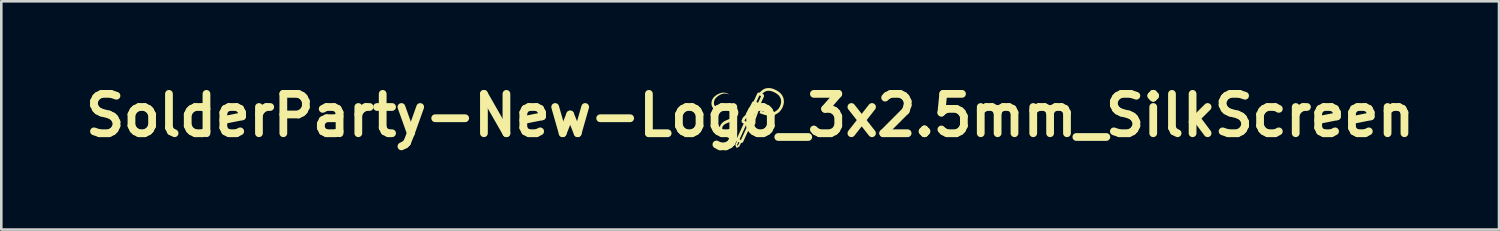
<source format=kicad_pcb>
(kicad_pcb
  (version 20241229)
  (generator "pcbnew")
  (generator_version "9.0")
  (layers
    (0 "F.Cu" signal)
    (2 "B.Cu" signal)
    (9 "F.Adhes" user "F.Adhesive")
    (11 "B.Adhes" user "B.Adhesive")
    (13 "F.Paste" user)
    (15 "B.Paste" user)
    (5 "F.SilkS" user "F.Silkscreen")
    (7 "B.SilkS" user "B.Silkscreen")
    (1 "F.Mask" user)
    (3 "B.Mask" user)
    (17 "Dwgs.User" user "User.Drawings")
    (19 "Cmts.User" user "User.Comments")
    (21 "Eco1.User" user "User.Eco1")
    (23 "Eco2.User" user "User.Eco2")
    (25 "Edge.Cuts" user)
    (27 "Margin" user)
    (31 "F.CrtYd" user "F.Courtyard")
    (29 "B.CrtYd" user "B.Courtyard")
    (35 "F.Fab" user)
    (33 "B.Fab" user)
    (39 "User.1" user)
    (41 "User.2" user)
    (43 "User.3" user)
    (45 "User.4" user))
  (footprint "SolderParty-New-Logo_3x2.5mm_SilkScreen"
    (layer "F.Cu")
    (at 25.988 1.418)
    (property "Reference" "SolderParty-New-Logo_3x2.5mm_SilkScreen" (at 0 0 0) (layer "F.SilkS") (effects (font (size 1.524 1.524) (thickness 0.3))))
    (attr through_hole)
    (fp_poly (pts (xy -0.996 -0.881) (xy -0.953 -0.875) (xy -0.912 -0.864) (xy -0.872 -0.847) (xy -0.832 -0.824) (xy -0.83 -0.823) (xy -0.819 -0.816) (xy -0.812 -0.811) (xy -0.811 -0.808) (xy -0.814 -0.809) (xy -0.821 -0.812) (xy -0.84 -0.82) (xy -0.856 -0.826) (xy -0.869 -0.831) (xy -0.881 -0.835) (xy -0.89 -0.837) (xy -0.935 -0.846) (xy -0.98 -0.849) (xy -1.022 -0.846) (xy -1.034 -0.844) (xy -1.079 -0.834) (xy -1.125 -0.818) (xy -1.17 -0.796) (xy -1.216 -0.769) (xy -1.261 -0.736) (xy -1.3 -0.704) (xy -1.33 -0.673) (xy -1.356 -0.64) (xy -1.376 -0.604) (xy -1.39 -0.565) (xy -1.4 -0.522) (xy -1.4 -0.521) (xy -1.403 -0.484) (xy -1.401 -0.449) (xy -1.394 -0.418) (xy -1.382 -0.39) (xy -1.365 -0.365) (xy -1.344 -0.343) (xy -1.319 -0.325) (xy -1.289 -0.311) (xy -1.256 -0.301) (xy -1.219 -0.295) (xy -1.178 -0.292) (xy -1.141 -0.294) (xy -1.123 -0.296) (xy -1.105 -0.298) (xy -1.087 -0.301) (xy -1.067 -0.305) (xy -1.045 -0.31) (xy -1.019 -0.316) (xy -0.989 -0.323) (xy -0.972 -0.328) (xy -0.939 -0.336) (xy -0.911 -0.343) (xy -0.886 -0.348) (xy -0.864 -0.352) (xy -0.843 -0.355) (xy -0.822 -0.357) (xy -0.801 -0.358) (xy -0.778 -0.358) (xy -0.771 -0.358) (xy -0.75 -0.358) (xy -0.733 -0.358) (xy -0.72 -0.357) (xy -0.709 -0.356) (xy -0.698 -0.354) (xy -0.687 -0.352) (xy -0.679 -0.35) (xy -0.637 -0.338) (xy -0.599 -0.322) (xy -0.565 -0.303) (xy -0.535 -0.28) (xy -0.51 -0.255) (xy -0.489 -0.227) (xy -0.473 -0.196) (xy -0.467 -0.177) (xy -0.459 -0.141) (xy -0.458 -0.104) (xy -0.462 -0.067) (xy -0.471 -0.031) (xy -0.486 0.006) (xy -0.506 0.041) (xy -0.531 0.076) (xy -0.562 0.11) (xy -0.596 0.142) (xy -0.636 0.173) (xy -0.68 0.202) (xy -0.69 0.208) (xy -0.729 0.228) (xy -0.772 0.249) (xy -0.821 0.269) (xy -0.848 0.279) (xy -0.886 0.294) (xy -0.92 0.308) (xy -0.949 0.322) (xy -0.974 0.337) (xy -0.996 0.352) (xy -1.016 0.368) (xy -1.029 0.381) (xy -1.051 0.406) (xy -1.067 0.433) (xy -1.077 0.462) (xy -1.082 0.492) (xy -1.081 0.524) (xy -1.073 0.557) (xy -1.061 0.591) (xy -1.056 0.601) (xy -1.038 0.632) (xy -1.018 0.66) (xy -0.994 0.687) (xy -0.966 0.713) (xy -0.932 0.739) (xy -0.912 0.753) (xy -0.88 0.775) (xy -0.852 0.795) (xy -0.828 0.813) (xy -0.805 0.832) (xy -0.784 0.85) (xy -0.763 0.871) (xy -0.744 0.89) (xy -0.713 0.924) (xy -0.687 0.958) (xy -0.665 0.993) (xy -0.648 1.026) (xy -0.636 1.058) (xy -0.629 1.088) (xy -0.629 1.09) (xy -0.628 1.099) (xy -0.629 1.104) (xy -0.63 1.104) (xy -0.631 1.1) (xy -0.633 1.095) (xy -0.635 1.087) (xy -0.636 1.085) (xy -0.645 1.063) (xy -0.658 1.039) (xy -0.675 1.014) (xy -0.696 0.988) (xy -0.72 0.962) (xy -0.73 0.952) (xy -0.764 0.921) (xy -0.802 0.892) (xy -0.843 0.863) (xy -0.89 0.835) (xy -0.93 0.813) (xy -0.947 0.803) (xy -0.965 0.794) (xy -0.981 0.784) (xy -0.995 0.776) (xy -0.999 0.774) (xy -1.017 0.761) (xy -1.037 0.744) (xy -1.057 0.726) (xy -1.077 0.706) (xy -1.095 0.686) (xy -1.106 0.672) (xy -1.119 0.653) (xy -1.133 0.63) (xy -1.145 0.606) (xy -1.155 0.583) (xy -1.163 0.562) (xy -1.164 0.558) (xy -1.168 0.539) (xy -1.171 0.517) (xy -1.172 0.493) (xy -1.172 0.47) (xy -1.171 0.45) (xy -1.169 0.439) (xy -1.158 0.401) (xy -1.141 0.364) (xy -1.118 0.329) (xy -1.09 0.297) (xy -1.057 0.267) (xy -1.052 0.262) (xy -1.034 0.249) (xy -1.017 0.238) (xy -1 0.227) (xy -0.981 0.216) (xy -0.959 0.206) (xy -0.935 0.194) (xy -0.906 0.182) (xy -0.891 0.176) (xy -0.835 0.151) (xy -0.784 0.125) (xy -0.74 0.099) (xy -0.7 0.071) (xy -0.667 0.043) (xy -0.638 0.013) (xy -0.631 0.005) (xy -0.611 -0.024) (xy -0.596 -0.052) (xy -0.587 -0.079) (xy -0.583 -0.105) (xy -0.585 -0.129) (xy -0.592 -0.152) (xy -0.605 -0.172) (xy -0.623 -0.19) (xy -0.647 -0.205) (xy -0.675 -0.218) (xy -0.701 -0.226) (xy -0.712 -0.228) (xy -0.723 -0.23) (xy -0.735 -0.231) (xy -0.748 -0.232) (xy -0.766 -0.232) (xy -0.779 -0.232) (xy -0.8 -0.232) (xy -0.818 -0.231) (xy -0.836 -0.23) (xy -0.854 -0.228) (xy -0.873 -0.224) (xy -0.895 -0.22) (xy -0.92 -0.214) (xy -0.948 -0.207) (xy -0.988 -0.198) (xy -1.023 -0.19) (xy -1.056 -0.185) (xy -1.086 -0.181) (xy -1.116 -0.178) (xy -1.147 -0.177) (xy -1.159 -0.177) (xy -1.206 -0.179) (xy -1.25 -0.185) (xy -1.29 -0.194) (xy -1.329 -0.208) (xy -1.349 -0.217) (xy -1.384 -0.238) (xy -1.414 -0.262) (xy -1.44 -0.29) (xy -1.461 -0.321) (xy -1.478 -0.357) (xy -1.487 -0.383) (xy -1.492 -0.405) (xy -1.495 -0.431) (xy -1.497 -0.459) (xy -1.497 -0.487) (xy -1.494 -0.513) (xy -1.493 -0.524) (xy -1.483 -0.567) (xy -1.468 -0.607) (xy -1.449 -0.644) (xy -1.426 -0.679) (xy -1.398 -0.712) (xy -1.364 -0.744) (xy -1.325 -0.774) (xy -1.292 -0.796) (xy -1.254 -0.818) (xy -1.214 -0.838) (xy -1.172 -0.854) (xy -1.132 -0.868) (xy -1.104 -0.875) (xy -1.092 -0.877) (xy -1.076 -0.878) (xy -1.059 -0.88) (xy -1.041 -0.881) (xy -1.041 -0.881)) (stroke (width 0) (type solid)) (fill yes) (layer "F.SilkS"))
    (fp_poly (pts (xy 0.752 -1.057) (xy 0.778 -1.055) (xy 0.8 -1.053) (xy 0.812 -1.051) (xy 0.856 -1.039) (xy 0.902 -1.024) (xy 0.95 -1.004) (xy 0.998 -0.982) (xy 1.044 -0.956) (xy 1.051 -0.952) (xy 1.101 -0.919) (xy 1.145 -0.884) (xy 1.185 -0.846) (xy 1.219 -0.805) (xy 1.247 -0.762) (xy 1.27 -0.717) (xy 1.287 -0.669) (xy 1.296 -0.634) (xy 1.3 -0.612) (xy 1.303 -0.586) (xy 1.304 -0.558) (xy 1.305 -0.53) (xy 1.304 -0.504) (xy 1.302 -0.484) (xy 1.293 -0.429) (xy 1.277 -0.374) (xy 1.257 -0.321) (xy 1.231 -0.269) (xy 1.201 -0.221) (xy 1.181 -0.194) (xy 1.165 -0.175) (xy 1.147 -0.156) (xy 1.128 -0.136) (xy 1.109 -0.119) (xy 1.092 -0.105) (xy 1.088 -0.102) (xy 1.074 -0.092) (xy 1.056 -0.081) (xy 1.036 -0.068) (xy 1.015 -0.056) (xy 0.995 -0.044) (xy 0.977 -0.034) (xy 0.962 -0.027) (xy 0.962 -0.027) (xy 0.923 -0.011) (xy 0.883 0.001) (xy 0.842 0.008) (xy 0.798 0.012) (xy 0.753 0.012) (xy 0.704 0.008) (xy 0.653 -0.001) (xy 0.598 -0.013) (xy 0.538 -0.029) (xy 0.521 -0.035) (xy 0.507 -0.039) (xy 0.491 -0.044) (xy 0.473 -0.05) (xy 0.454 -0.057) (xy 0.434 -0.064) (xy 0.416 -0.07) (xy 0.399 -0.077) (xy 0.385 -0.082) (xy 0.374 -0.086) (xy 0.367 -0.089) (xy 0.365 -0.09) (xy 0.366 -0.093) (xy 0.368 -0.101) (xy 0.371 -0.112) (xy 0.376 -0.125) (xy 0.381 -0.139) (xy 0.386 -0.153) (xy 0.391 -0.167) (xy 0.395 -0.178) (xy 0.399 -0.185) (xy 0.4 -0.188) (xy 0.403 -0.188) (xy 0.411 -0.185) (xy 0.422 -0.181) (xy 0.437 -0.176) (xy 0.454 -0.17) (xy 0.455 -0.169) (xy 0.509 -0.15) (xy 0.56 -0.134) (xy 0.608 -0.12) (xy 0.653 -0.109) (xy 0.689 -0.102) (xy 0.712 -0.098) (xy 0.738 -0.096) (xy 0.765 -0.094) (xy 0.791 -0.094) (xy 0.816 -0.096) (xy 0.838 -0.098) (xy 0.856 -0.101) (xy 0.856 -0.101) (xy 0.889 -0.112) (xy 0.923 -0.127) (xy 0.958 -0.145) (xy 0.996 -0.168) (xy 1.014 -0.181) (xy 1.048 -0.207) (xy 1.079 -0.238) (xy 1.108 -0.273) (xy 1.133 -0.312) (xy 1.155 -0.353) (xy 1.172 -0.396) (xy 1.186 -0.44) (xy 1.195 -0.485) (xy 1.199 -0.529) (xy 1.198 -0.571) (xy 1.198 -0.574) (xy 1.191 -0.617) (xy 1.179 -0.657) (xy 1.163 -0.695) (xy 1.141 -0.731) (xy 1.118 -0.762) (xy 1.095 -0.787) (xy 1.066 -0.812) (xy 1.034 -0.836) (xy 0.998 -0.86) (xy 0.959 -0.882) (xy 0.92 -0.902) (xy 0.88 -0.919) (xy 0.84 -0.933) (xy 0.801 -0.944) (xy 0.788 -0.947) (xy 0.765 -0.95) (xy 0.74 -0.952) (xy 0.713 -0.953) (xy 0.686 -0.952) (xy 0.662 -0.95) (xy 0.642 -0.946) (xy 0.641 -0.946) (xy 0.603 -0.934) (xy 0.568 -0.918) (xy 0.536 -0.898) (xy 0.505 -0.872) (xy 0.5 -0.867) (xy 0.49 -0.857) (xy 0.481 -0.849) (xy 0.476 -0.843) (xy 0.474 -0.84) (xy 0.474 -0.84) (xy 0.477 -0.838) (xy 0.484 -0.834) (xy 0.494 -0.829) (xy 0.496 -0.828) (xy 0.517 -0.818) (xy 0.53 -0.784) (xy 0.542 -0.75) (xy 0.467 -0.586) (xy 0.393 -0.422) (xy 0.397 -0.407) (xy 0.402 -0.392) (xy 0.305 -0.119) (xy 0.207 0.153) (xy 0.206 0.226) (xy 0.205 0.299) (xy 0.176 0.363) (xy 0.167 0.381) (xy 0.159 0.398) (xy 0.153 0.412) (xy 0.148 0.423) (xy 0.144 0.429) (xy 0.143 0.431) (xy 0.14 0.433) (xy 0.132 0.437) (xy 0.12 0.442) (xy 0.107 0.447) (xy 0.073 0.459) (xy 0.037 0.443) (xy 0.021 0.436) (xy 0.01 0.431) (xy 0.003 0.429) (xy -0.001 0.43) (xy -0.001 0.43) (xy -0.002 0.433) (xy -0.006 0.441) (xy -0.012 0.454) (xy -0.02 0.472) (xy -0.03 0.493) (xy -0.042 0.519) (xy -0.055 0.547) (xy -0.069 0.579) (xy -0.085 0.613) (xy -0.101 0.649) (xy -0.119 0.688) (xy -0.137 0.728) (xy -0.142 0.739) (xy -0.281 1.045) (xy -0.312 1.057) (xy -0.326 1.062) (xy -0.338 1.066) (xy -0.347 1.068) (xy -0.351 1.069) (xy -0.353 1.07) (xy -0.356 1.073) (xy -0.36 1.077) (xy -0.364 1.085) (xy -0.37 1.096) (xy -0.377 1.112) (xy -0.385 1.13) (xy -0.393 1.148) (xy -0.401 1.165) (xy -0.408 1.178) (xy -0.413 1.189) (xy -0.416 1.195) (xy -0.417 1.197) (xy -0.421 1.2) (xy -0.429 1.206) (xy -0.441 1.214) (xy -0.454 1.222) (xy -0.462 1.227) (xy -0.48 1.238) (xy -0.495 1.245) (xy -0.507 1.25) (xy -0.516 1.251) (xy -0.523 1.25) (xy -0.53 1.246) (xy -0.532 1.244) (xy -0.536 1.239) (xy -0.541 1.229) (xy -0.547 1.216) (xy -0.553 1.201) (xy -0.56 1.185) (xy -0.565 1.17) (xy -0.569 1.156) (xy -0.572 1.146) (xy -0.573 1.142) (xy -0.507 1.142) (xy -0.502 1.156) (xy -0.498 1.164) (xy -0.495 1.169) (xy -0.494 1.17) (xy -0.489 1.168) (xy -0.483 1.164) (xy -0.479 1.162) (xy -0.474 1.158) (xy -0.47 1.154) (xy -0.466 1.148) (xy -0.461 1.14) (xy -0.455 1.128) (xy -0.448 1.112) (xy -0.442 1.099) (xy -0.434 1.083) (xy -0.428 1.068) (xy -0.422 1.056) (xy -0.419 1.047) (xy -0.417 1.043) (xy -0.417 1.043) (xy -0.42 1.041) (xy -0.426 1.037) (xy -0.434 1.033) (xy -0.442 1.029) (xy -0.449 1.027) (xy -0.453 1.026) (xy -0.454 1.029) (xy -0.458 1.036) (xy -0.464 1.047) (xy -0.471 1.061) (xy -0.478 1.078) (xy -0.481 1.084) (xy -0.507 1.142) (xy -0.573 1.142) (xy -0.573 1.14) (xy -0.572 1.135) (xy -0.568 1.125) (xy -0.563 1.111) (xy -0.556 1.094) (xy -0.548 1.075) (xy -0.541 1.06) (xy -0.509 0.99) (xy -0.52 0.961) (xy -0.531 0.931) (xy -0.529 0.927) (xy -0.409 0.927) (xy -0.405 0.929) (xy -0.398 0.933) (xy -0.388 0.937) (xy -0.378 0.942) (xy -0.368 0.947) (xy -0.36 0.95) (xy -0.357 0.951) (xy -0.355 0.948) (xy -0.352 0.941) (xy -0.346 0.928) (xy -0.338 0.911) (xy -0.328 0.89) (xy -0.317 0.866) (xy -0.304 0.838) (xy -0.29 0.807) (xy -0.274 0.773) (xy -0.258 0.738) (xy -0.241 0.7) (xy -0.226 0.667) (xy -0.097 0.383) (xy -0.124 0.37) (xy -0.135 0.364) (xy -0.144 0.36) (xy -0.15 0.358) (xy -0.152 0.358) (xy -0.153 0.361) (xy -0.157 0.369) (xy -0.164 0.382) (xy -0.171 0.399) (xy -0.181 0.42) (xy -0.192 0.444) (xy -0.204 0.471) (xy -0.217 0.5) (xy -0.231 0.531) (xy -0.246 0.563) (xy -0.261 0.596) (xy -0.277 0.63) (xy -0.292 0.665) (xy -0.307 0.698) (xy -0.322 0.732) (xy -0.337 0.764) (xy -0.35 0.794) (xy -0.363 0.822) (xy -0.375 0.848) (xy -0.385 0.871) (xy -0.394 0.891) (xy -0.401 0.907) (xy -0.406 0.918) (xy -0.408 0.925) (xy -0.409 0.927) (xy -0.529 0.927) (xy -0.39 0.623) (xy -0.371 0.582) (xy -0.353 0.543) (xy -0.337 0.506) (xy -0.321 0.471) (xy -0.306 0.439) (xy -0.293 0.409) (xy -0.281 0.383) (xy -0.271 0.361) (xy -0.263 0.342) (xy -0.256 0.328) (xy -0.252 0.318) (xy -0.25 0.313) (xy -0.25 0.313) (xy -0.253 0.311) (xy -0.261 0.307) (xy -0.272 0.302) (xy -0.282 0.297) (xy -0.313 0.283) (xy -0.326 0.248) (xy -0.339 0.213) (xy -0.337 0.209) (xy -0.218 0.209) (xy -0.218 0.209) (xy -0.214 0.211) (xy -0.206 0.215) (xy -0.194 0.221) (xy -0.178 0.228) (xy -0.16 0.237) (xy -0.139 0.246) (xy -0.116 0.257) (xy -0.092 0.267) (xy -0.068 0.278) (xy -0.044 0.289) (xy -0.021 0.3) (xy 0.001 0.309) (xy 0.021 0.318) (xy 0.038 0.326) (xy 0.052 0.332) (xy 0.061 0.336) (xy 0.067 0.338) (xy 0.067 0.338) (xy 0.07 0.335) (xy 0.074 0.328) (xy 0.079 0.317) (xy 0.085 0.304) (xy 0.086 0.303) (xy 0.102 0.269) (xy 0.102 0.181) (xy 0.034 0.15) (xy 0.012 0.14) (xy -0.012 0.129) (xy -0.035 0.119) (xy -0.056 0.109) (xy -0.074 0.101) (xy -0.079 0.099) (xy -0.124 0.078) (xy -0.153 0.105) (xy -0.164 0.115) (xy -0.174 0.125) (xy -0.181 0.132) (xy -0.185 0.136) (xy -0.185 0.136) (xy -0.188 0.14) (xy -0.193 0.149) (xy -0.198 0.16) (xy -0.203 0.172) (xy -0.208 0.184) (xy -0.213 0.195) (xy -0.216 0.204) (xy -0.218 0.209) (xy -0.337 0.209) (xy -0.281 0.083) (xy -0.229 0.032) (xy -0.186 -0.01) (xy -0.063 -0.01) (xy 0.028 0.031) (xy 0.05 0.041) (xy 0.07 0.05) (xy 0.087 0.057) (xy 0.102 0.064) (xy 0.113 0.068) (xy 0.12 0.071) (xy 0.121 0.071) (xy 0.123 0.068) (xy 0.126 0.06) (xy 0.131 0.047) (xy 0.138 0.03) (xy 0.146 0.009) (xy 0.155 -0.016) (xy 0.165 -0.044) (xy 0.176 -0.075) (xy 0.188 -0.107) (xy 0.2 -0.142) (xy 0.205 -0.153) (xy 0.217 -0.188) (xy 0.229 -0.222) (xy 0.24 -0.253) (xy 0.25 -0.282) (xy 0.26 -0.308) (xy 0.268 -0.331) (xy 0.274 -0.35) (xy 0.279 -0.365) (xy 0.283 -0.375) (xy 0.284 -0.38) (xy 0.284 -0.38) (xy 0.281 -0.383) (xy 0.274 -0.387) (xy 0.263 -0.393) (xy 0.25 -0.399) (xy 0.235 -0.406) (xy 0.219 -0.414) (xy 0.203 -0.421) (xy 0.189 -0.427) (xy 0.177 -0.432) (xy 0.168 -0.435) (xy 0.163 -0.436) (xy 0.162 -0.436) (xy 0.16 -0.433) (xy 0.156 -0.425) (xy 0.149 -0.413) (xy 0.141 -0.396) (xy 0.13 -0.376) (xy 0.118 -0.353) (xy 0.104 -0.327) (xy 0.089 -0.299) (xy 0.074 -0.269) (xy 0.062 -0.246) (xy 0.045 -0.214) (xy 0.029 -0.183) (xy 0.013 -0.154) (xy -0.001 -0.127) (xy -0.014 -0.102) (xy -0.025 -0.08) (xy -0.035 -0.062) (xy -0.043 -0.048) (xy -0.048 -0.038) (xy -0.05 -0.034) (xy -0.063 -0.01) (xy -0.186 -0.01) (xy -0.177 -0.02) (xy -0.043 -0.276) (xy 0.085 -0.52) (xy 0.244 -0.52) (xy 0.248 -0.517) (xy 0.256 -0.514) (xy 0.266 -0.509) (xy 0.278 -0.503) (xy 0.289 -0.498) (xy 0.298 -0.495) (xy 0.304 -0.492) (xy 0.305 -0.492) (xy 0.307 -0.495) (xy 0.311 -0.502) (xy 0.317 -0.514) (xy 0.324 -0.53) (xy 0.334 -0.549) (xy 0.344 -0.571) (xy 0.355 -0.595) (xy 0.366 -0.618) (xy 0.377 -0.644) (xy 0.388 -0.668) (xy 0.398 -0.69) (xy 0.406 -0.709) (xy 0.413 -0.724) (xy 0.419 -0.736) (xy 0.422 -0.743) (xy 0.422 -0.746) (xy 0.418 -0.748) (xy 0.41 -0.752) (xy 0.4 -0.757) (xy 0.388 -0.761) (xy 0.377 -0.766) (xy 0.367 -0.769) (xy 0.36 -0.772) (xy 0.357 -0.772) (xy 0.355 -0.768) (xy 0.351 -0.76) (xy 0.345 -0.748) (xy 0.337 -0.732) (xy 0.329 -0.713) (xy 0.32 -0.693) (xy 0.31 -0.671) (xy 0.3 -0.648) (xy 0.289 -0.626) (xy 0.28 -0.603) (xy 0.271 -0.582) (xy 0.262 -0.564) (xy 0.255 -0.547) (xy 0.25 -0.534) (xy 0.246 -0.525) (xy 0.244 -0.52) (xy 0.244 -0.52) (xy 0.085 -0.52) (xy 0.092 -0.533) (xy 0.113 -0.54) (xy 0.124 -0.544) (xy 0.132 -0.547) (xy 0.137 -0.55) (xy 0.137 -0.55) (xy 0.139 -0.553) (xy 0.143 -0.561) (xy 0.149 -0.574) (xy 0.156 -0.59) (xy 0.166 -0.61) (xy 0.176 -0.633) (xy 0.188 -0.659) (xy 0.201 -0.687) (xy 0.212 -0.71) (xy 0.284 -0.868) (xy 0.318 -0.881) (xy 0.332 -0.887) (xy 0.343 -0.89) (xy 0.349 -0.892) (xy 0.354 -0.892) (xy 0.359 -0.891) (xy 0.363 -0.889) (xy 0.374 -0.884) (xy 0.382 -0.896) (xy 0.388 -0.902) (xy 0.396 -0.912) (xy 0.407 -0.923) (xy 0.419 -0.935) (xy 0.423 -0.939) (xy 0.46 -0.973) (xy 0.5 -1) (xy 0.542 -1.023) (xy 0.586 -1.041) (xy 0.63 -1.052) (xy 0.649 -1.055) (xy 0.672 -1.057) (xy 0.698 -1.058) (xy 0.725 -1.058)) (stroke (width 0) (type solid)) (fill yes) (layer "F.SilkS")))
  (gr_rect
    (start -3 -3)
    (end 54.976 5.836)
    (stroke (width 0.1) (type default))
    (fill no)
    (layer "Edge.Cuts")))
</source>
